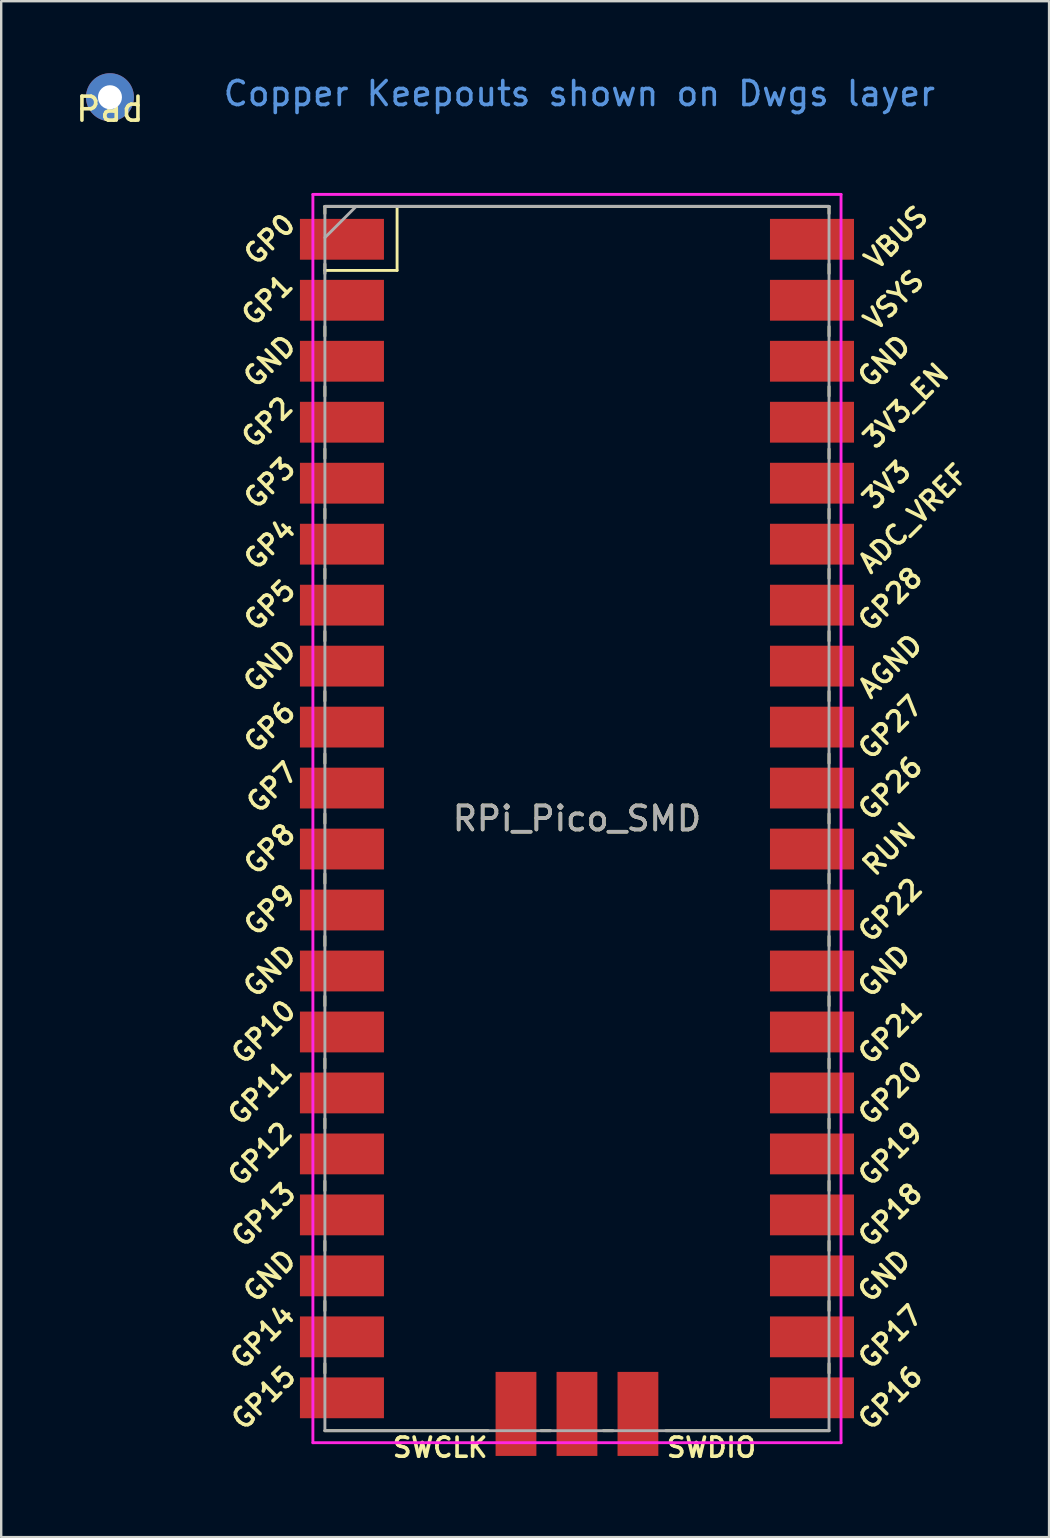
<source format=kicad_pcb>
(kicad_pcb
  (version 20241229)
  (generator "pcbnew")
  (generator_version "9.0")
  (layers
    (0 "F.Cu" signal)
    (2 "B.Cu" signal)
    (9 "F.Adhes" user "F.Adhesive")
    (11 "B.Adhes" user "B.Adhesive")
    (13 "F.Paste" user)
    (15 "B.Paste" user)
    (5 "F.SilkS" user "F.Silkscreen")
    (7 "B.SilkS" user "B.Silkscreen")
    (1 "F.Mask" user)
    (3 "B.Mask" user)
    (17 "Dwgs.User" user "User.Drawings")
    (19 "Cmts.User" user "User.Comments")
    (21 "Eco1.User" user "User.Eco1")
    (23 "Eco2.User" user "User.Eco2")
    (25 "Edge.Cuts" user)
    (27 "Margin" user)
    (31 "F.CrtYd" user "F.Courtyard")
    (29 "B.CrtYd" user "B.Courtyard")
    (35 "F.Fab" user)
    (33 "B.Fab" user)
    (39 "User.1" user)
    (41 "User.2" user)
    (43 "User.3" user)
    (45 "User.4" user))
  (footprint "RPi_Pico_SMD"
    (layer "F.Cu")
    (at 20.984 31.048)
    (property "Reference" "RPi_Pico_SMD" (at 0 0 0) (layer "F.SilkS") (effects (font (size 1 1) (thickness 0.15))))
    (attr through_hole)
    (fp_line (start -10.5 -25.5) (end -10.5 -25.2) (stroke (width 0.12) (type solid)) (layer "F.SilkS"))
    (fp_line (start -10.5 -25.5) (end 10.5 -25.5) (stroke (width 0.12) (type solid)) (layer "F.SilkS"))
    (fp_line (start -10.5 -23.1) (end -10.5 -22.7) (stroke (width 0.12) (type solid)) (layer "F.SilkS"))
    (fp_line (start -10.5 -22.833) (end -7.493 -22.833) (stroke (width 0.12) (type solid)) (layer "F.SilkS"))
    (fp_line (start -10.5 -20.5) (end -10.5 -20.1) (stroke (width 0.12) (type solid)) (layer "F.SilkS"))
    (fp_line (start -10.5 -18) (end -10.5 -17.6) (stroke (width 0.12) (type solid)) (layer "F.SilkS"))
    (fp_line (start -10.5 -15.4) (end -10.5 -15) (stroke (width 0.12) (type solid)) (layer "F.SilkS"))
    (fp_line (start -10.5 -12.9) (end -10.5 -12.5) (stroke (width 0.12) (type solid)) (layer "F.SilkS"))
    (fp_line (start -10.5 -10.4) (end -10.5 -10) (stroke (width 0.12) (type solid)) (layer "F.SilkS"))
    (fp_line (start -10.5 -7.8) (end -10.5 -7.4) (stroke (width 0.12) (type solid)) (layer "F.SilkS"))
    (fp_line (start -10.5 -5.3) (end -10.5 -4.9) (stroke (width 0.12) (type solid)) (layer "F.SilkS"))
    (fp_line (start -10.5 -2.7) (end -10.5 -2.3) (stroke (width 0.12) (type solid)) (layer "F.SilkS"))
    (fp_line (start -10.5 -0.2) (end -10.5 0.2) (stroke (width 0.12) (type solid)) (layer "F.SilkS"))
    (fp_line (start -10.5 2.3) (end -10.5 2.7) (stroke (width 0.12) (type solid)) (layer "F.SilkS"))
    (fp_line (start -10.5 4.9) (end -10.5 5.3) (stroke (width 0.12) (type solid)) (layer "F.SilkS"))
    (fp_line (start -10.5 7.4) (end -10.5 7.8) (stroke (width 0.12) (type solid)) (layer "F.SilkS"))
    (fp_line (start -10.5 10) (end -10.5 10.4) (stroke (width 0.12) (type solid)) (layer "F.SilkS"))
    (fp_line (start -10.5 12.5) (end -10.5 12.9) (stroke (width 0.12) (type solid)) (layer "F.SilkS"))
    (fp_line (start -10.5 15.1) (end -10.5 15.5) (stroke (width 0.12) (type solid)) (layer "F.SilkS"))
    (fp_line (start -10.5 17.6) (end -10.5 18) (stroke (width 0.12) (type solid)) (layer "F.SilkS"))
    (fp_line (start -10.5 20.1) (end -10.5 20.5) (stroke (width 0.12) (type solid)) (layer "F.SilkS"))
    (fp_line (start -10.5 22.7) (end -10.5 23.1) (stroke (width 0.12) (type solid)) (layer "F.SilkS"))
    (fp_line (start -7.493 -22.833) (end -7.493 -25.5) (stroke (width 0.12) (type solid)) (layer "F.SilkS"))
    (fp_line (start -3.7 25.5) (end -10.5 25.5) (stroke (width 0.12) (type solid)) (layer "F.SilkS"))
    (fp_line (start -1.5 25.5) (end -1.1 25.5) (stroke (width 0.12) (type solid)) (layer "F.SilkS"))
    (fp_line (start 1.1 25.5) (end 1.5 25.5) (stroke (width 0.12) (type solid)) (layer "F.SilkS"))
    (fp_line (start 10.5 -25.5) (end 10.5 -25.2) (stroke (width 0.12) (type solid)) (layer "F.SilkS"))
    (fp_line (start 10.5 -23.1) (end 10.5 -22.7) (stroke (width 0.12) (type solid)) (layer "F.SilkS"))
    (fp_line (start 10.5 -20.5) (end 10.5 -20.1) (stroke (width 0.12) (type solid)) (layer "F.SilkS"))
    (fp_line (start 10.5 -18) (end 10.5 -17.6) (stroke (width 0.12) (type solid)) (layer "F.SilkS"))
    (fp_line (start 10.5 -15.4) (end 10.5 -15) (stroke (width 0.12) (type solid)) (layer "F.SilkS"))
    (fp_line (start 10.5 -12.9) (end 10.5 -12.5) (stroke (width 0.12) (type solid)) (layer "F.SilkS"))
    (fp_line (start 10.5 -10.4) (end 10.5 -10) (stroke (width 0.12) (type solid)) (layer "F.SilkS"))
    (fp_line (start 10.5 -7.8) (end 10.5 -7.4) (stroke (width 0.12) (type solid)) (layer "F.SilkS"))
    (fp_line (start 10.5 -5.3) (end 10.5 -4.9) (stroke (width 0.12) (type solid)) (layer "F.SilkS"))
    (fp_line (start 10.5 -2.7) (end 10.5 -2.3) (stroke (width 0.12) (type solid)) (layer "F.SilkS"))
    (fp_line (start 10.5 -0.2) (end 10.5 0.2) (stroke (width 0.12) (type solid)) (layer "F.SilkS"))
    (fp_line (start 10.5 2.3) (end 10.5 2.7) (stroke (width 0.12) (type solid)) (layer "F.SilkS"))
    (fp_line (start 10.5 4.9) (end 10.5 5.3) (stroke (width 0.12) (type solid)) (layer "F.SilkS"))
    (fp_line (start 10.5 7.4) (end 10.5 7.8) (stroke (width 0.12) (type solid)) (layer "F.SilkS"))
    (fp_line (start 10.5 10) (end 10.5 10.4) (stroke (width 0.12) (type solid)) (layer "F.SilkS"))
    (fp_line (start 10.5 12.5) (end 10.5 12.9) (stroke (width 0.12) (type solid)) (layer "F.SilkS"))
    (fp_line (start 10.5 15.1) (end 10.5 15.5) (stroke (width 0.12) (type solid)) (layer "F.SilkS"))
    (fp_line (start 10.5 17.6) (end 10.5 18) (stroke (width 0.12) (type solid)) (layer "F.SilkS"))
    (fp_line (start 10.5 20.1) (end 10.5 20.5) (stroke (width 0.12) (type solid)) (layer "F.SilkS"))
    (fp_line (start 10.5 22.7) (end 10.5 23.1) (stroke (width 0.12) (type solid)) (layer "F.SilkS"))
    (fp_line (start 10.5 25.5) (end 3.7 25.5) (stroke (width 0.12) (type solid)) (layer "F.SilkS"))
    (fp_line (start -11 -26) (end 11 -26) (stroke (width 0.12) (type solid)) (layer "F.CrtYd"))
    (fp_line (start -11 26) (end -11 -26) (stroke (width 0.12) (type solid)) (layer "F.CrtYd"))
    (fp_line (start 11 -26) (end 11 26) (stroke (width 0.12) (type solid)) (layer "F.CrtYd"))
    (fp_line (start 11 26) (end -11 26) (stroke (width 0.12) (type solid)) (layer "F.CrtYd"))
    (fp_line (start -10.5 -25.5) (end 10.5 -25.5) (stroke (width 0.12) (type solid)) (layer "F.Fab"))
    (fp_line (start -10.5 -24.2) (end -9.2 -25.5) (stroke (width 0.12) (type solid)) (layer "F.Fab"))
    (fp_line (start -10.5 25.5) (end -10.5 -25.5) (stroke (width 0.12) (type solid)) (layer "F.Fab"))
    (fp_line (start 10.5 -25.5) (end 10.5 25.5) (stroke (width 0.12) (type solid)) (layer "F.Fab"))
    (fp_line (start 10.5 25.5) (end -10.5 25.5) (stroke (width 0.12) (type solid)) (layer "F.Fab"))
    (fp_text user "GP28" (at 13.054 -9.144 45) (layer "F.SilkS") (effects (font (size 0.8 0.8) (thickness 0.15))))
    (fp_text user "GP6" (at -12.8 -3.81 45) (layer "F.SilkS") (effects (font (size 0.8 0.8) (thickness 0.15))))
    (fp_text user "3V3_EN" (at 13.7 -17.2 45) (layer "F.SilkS") (effects (font (size 0.8 0.8) (thickness 0.15))))
    (fp_text user "GND" (at -12.8 6.35 45) (layer "F.SilkS") (effects (font (size 0.8 0.8) (thickness 0.15))))
    (fp_text user "GND" (at -12.8 -19.05 45) (layer "F.SilkS") (effects (font (size 0.8 0.8) (thickness 0.15))))
    (fp_text user "GP9" (at -12.8 3.81 45) (layer "F.SilkS") (effects (font (size 0.8 0.8) (thickness 0.15))))
    (fp_text user "GP2" (at -12.9 -16.51 45) (layer "F.SilkS") (effects (font (size 0.8 0.8) (thickness 0.15))))
    (fp_text user "GND" (at 12.8 -19.05 45) (layer "F.SilkS") (effects (font (size 0.8 0.8) (thickness 0.15))))
    (fp_text user "GP20" (at 13.054 11.43 45) (layer "F.SilkS") (effects (font (size 0.8 0.8) (thickness 0.15))))
    (fp_text user "GP22" (at 13.054 3.81 45) (layer "F.SilkS") (effects (font (size 0.8 0.8) (thickness 0.15))))
    (fp_text user "GP0" (at -12.8 -24.13 45) (layer "F.SilkS") (effects (font (size 0.8 0.8) (thickness 0.15))))
    (fp_text user "GP5" (at -12.8 -8.89 45) (layer "F.SilkS") (effects (font (size 0.8 0.8) (thickness 0.15))))
    (fp_text user "GP7" (at -12.7 -1.3 45) (layer "F.SilkS") (effects (font (size 0.8 0.8) (thickness 0.15))))
    (fp_text user "GP11" (at -13.2 11.43 45) (layer "F.SilkS") (effects (font (size 0.8 0.8) (thickness 0.15))))
    (fp_text user "GP26" (at 13.054 -1.27 45) (layer "F.SilkS") (effects (font (size 0.8 0.8) (thickness 0.15))))
    (fp_text user "GP27" (at 13.054 -3.8 45) (layer "F.SilkS") (effects (font (size 0.8 0.8) (thickness 0.15))))
    (fp_text user "3V3" (at 12.9 -13.9 45) (layer "F.SilkS") (effects (font (size 0.8 0.8) (thickness 0.15))))
    (fp_text user "GND" (at 12.8 19.05 45) (layer "F.SilkS") (effects (font (size 0.8 0.8) (thickness 0.15))))
    (fp_text user "GP21" (at 13.054 8.9 45) (layer "F.SilkS") (effects (font (size 0.8 0.8) (thickness 0.15))))
    (fp_text user "GP8" (at -12.8 1.27 45) (layer "F.SilkS") (effects (font (size 0.8 0.8) (thickness 0.15))))
    (fp_text user "GP12" (at -13.2 13.97 45) (layer "F.SilkS") (effects (font (size 0.8 0.8) (thickness 0.15))))
    (fp_text user "RUN" (at 13 1.27 45) (layer "F.SilkS") (effects (font (size 0.8 0.8) (thickness 0.15))))
    (fp_text user "GND" (at -12.8 -6.35 45) (layer "F.SilkS") (effects (font (size 0.8 0.8) (thickness 0.15))))
    (fp_text user "GP10" (at -13.054 8.89 45) (layer "F.SilkS") (effects (font (size 0.8 0.8) (thickness 0.15))))
    (fp_text user "VBUS" (at 13.3 -24.2 45) (layer "F.SilkS") (effects (font (size 0.8 0.8) (thickness 0.15))))
    (fp_text user "GP16" (at 13.054 24.13 45) (layer "F.SilkS") (effects (font (size 0.8 0.8) (thickness 0.15))))
    (fp_text user "GND" (at 12.8 6.35 45) (layer "F.SilkS") (effects (font (size 0.8 0.8) (thickness 0.15))))
    (fp_text user "GP3" (at -12.8 -13.97 45) (layer "F.SilkS") (effects (font (size 0.8 0.8) (thickness 0.15))))
    (fp_text user "GP15" (at -13.054 24.13 45) (layer "F.SilkS") (effects (font (size 0.8 0.8) (thickness 0.15))))
    (fp_text user "VSYS" (at 13.2 -21.59 45) (layer "F.SilkS") (effects (font (size 0.8 0.8) (thickness 0.15))))
    (fp_text user "AGND" (at 13.054 -6.35 45) (layer "F.SilkS") (effects (font (size 0.8 0.8) (thickness 0.15))))
    (fp_text user "GP14" (at -13.1 21.59 45) (layer "F.SilkS") (effects (font (size 0.8 0.8) (thickness 0.15))))
    (fp_text user "GP18" (at 13.054 16.51 45) (layer "F.SilkS") (effects (font (size 0.8 0.8) (thickness 0.15))))
    (fp_text user "GP1" (at -12.9 -21.6 45) (layer "F.SilkS") (effects (font (size 0.8 0.8) (thickness 0.15))))
    (fp_text user "GP13" (at -13.054 16.51 45) (layer "F.SilkS") (effects (font (size 0.8 0.8) (thickness 0.15))))
    (fp_text user "SWCLK" (at -5.7 26.2 0) (layer "F.SilkS") (effects (font (size 0.8 0.8) (thickness 0.15))))
    (fp_text user "ADC_VREF" (at 14 -12.5 45) (layer "F.SilkS") (effects (font (size 0.8 0.8) (thickness 0.15))))
    (fp_text user "GP17" (at 13.054 21.59 45) (layer "F.SilkS") (effects (font (size 0.8 0.8) (thickness 0.15))))
    (fp_text user "GP4" (at -12.8 -11.43 45) (layer "F.SilkS") (effects (font (size 0.8 0.8) (thickness 0.15))))
    (fp_text user "GND" (at -12.8 19.05 45) (layer "F.SilkS") (effects (font (size 0.8 0.8) (thickness 0.15))))
    (fp_text user "SWDIO" (at 5.6 26.2 0) (layer "F.SilkS") (effects (font (size 0.8 0.8) (thickness 0.15))))
    (fp_text user "GP19" (at 13.054 13.97 45) (layer "F.SilkS") (effects (font (size 0.8 0.8) (thickness 0.15))))
    (fp_text user "Copper Keepouts shown on Dwgs layer" (at 0.1 -30.2 0) (layer "Cmts.User") (effects (font (size 1 1) (thickness 0.15))))
    (fp_text user "${REFERENCE}" (at 0 0 180) (layer "F.Fab") (effects (font (size 1 1) (thickness 0.15))))
    (pad "1" smd rect (at -8.89 -24.13) (size 3.5 1.7) (drill (offset -0.9 0)) (layers "F.Cu" "F.Mask"))
    (pad "2" smd rect (at -8.89 -21.59) (size 3.5 1.7) (drill (offset -0.9 0)) (layers "F.Cu" "F.Mask"))
    (pad "3" smd rect (at -8.89 -19.05) (size 3.5 1.7) (drill (offset -0.9 0)) (layers "F.Cu" "F.Mask"))
    (pad "4" smd rect (at -8.89 -16.51) (size 3.5 1.7) (drill (offset -0.9 0)) (layers "F.Cu" "F.Mask"))
    (pad "5" smd rect (at -8.89 -13.97) (size 3.5 1.7) (drill (offset -0.9 0)) (layers "F.Cu" "F.Mask"))
    (pad "6" smd rect (at -8.89 -11.43) (size 3.5 1.7) (drill (offset -0.9 0)) (layers "F.Cu" "F.Mask"))
    (pad "7" smd rect (at -8.89 -8.89) (size 3.5 1.7) (drill (offset -0.9 0)) (layers "F.Cu" "F.Mask"))
    (pad "8" smd rect (at -8.89 -6.35) (size 3.5 1.7) (drill (offset -0.9 0)) (layers "F.Cu" "F.Mask"))
    (pad "9" smd rect (at -8.89 -3.81) (size 3.5 1.7) (drill (offset -0.9 0)) (layers "F.Cu" "F.Mask"))
    (pad "10" smd rect (at -8.89 -1.27) (size 3.5 1.7) (drill (offset -0.9 0)) (layers "F.Cu" "F.Mask"))
    (pad "11" smd rect (at -8.89 1.27) (size 3.5 1.7) (drill (offset -0.9 0)) (layers "F.Cu" "F.Mask"))
    (pad "12" smd rect (at -8.89 3.81) (size 3.5 1.7) (drill (offset -0.9 0)) (layers "F.Cu" "F.Mask"))
    (pad "13" smd rect (at -8.89 6.35) (size 3.5 1.7) (drill (offset -0.9 0)) (layers "F.Cu" "F.Mask"))
    (pad "14" smd rect (at -8.89 8.89) (size 3.5 1.7) (drill (offset -0.9 0)) (layers "F.Cu" "F.Mask"))
    (pad "15" smd rect (at -8.89 11.43) (size 3.5 1.7) (drill (offset -0.9 0)) (layers "F.Cu" "F.Mask"))
    (pad "16" smd rect (at -8.89 13.97) (size 3.5 1.7) (drill (offset -0.9 0)) (layers "F.Cu" "F.Mask"))
    (pad "17" smd rect (at -8.89 16.51) (size 3.5 1.7) (drill (offset -0.9 0)) (layers "F.Cu" "F.Mask"))
    (pad "18" smd rect (at -8.89 19.05) (size 3.5 1.7) (drill (offset -0.9 0)) (layers "F.Cu" "F.Mask"))
    (pad "19" smd rect (at -8.89 21.59) (size 3.5 1.7) (drill (offset -0.9 0)) (layers "F.Cu" "F.Mask"))
    (pad "20" smd rect (at -8.89 24.13) (size 3.5 1.7) (drill (offset -0.9 0)) (layers "F.Cu" "F.Mask"))
    (pad "21" smd rect (at 8.89 24.13) (size 3.5 1.7) (drill (offset 0.9 0)) (layers "F.Cu" "F.Mask"))
    (pad "22" smd rect (at 8.89 21.59) (size 3.5 1.7) (drill (offset 0.9 0)) (layers "F.Cu" "F.Mask"))
    (pad "23" smd rect (at 8.89 19.05) (size 3.5 1.7) (drill (offset 0.9 0)) (layers "F.Cu" "F.Mask"))
    (pad "24" smd rect (at 8.89 16.51) (size 3.5 1.7) (drill (offset 0.9 0)) (layers "F.Cu" "F.Mask"))
    (pad "25" smd rect (at 8.89 13.97) (size 3.5 1.7) (drill (offset 0.9 0)) (layers "F.Cu" "F.Mask"))
    (pad "26" smd rect (at 8.89 11.43) (size 3.5 1.7) (drill (offset 0.9 0)) (layers "F.Cu" "F.Mask"))
    (pad "27" smd rect (at 8.89 8.89) (size 3.5 1.7) (drill (offset 0.9 0)) (layers "F.Cu" "F.Mask"))
    (pad "28" smd rect (at 8.89 6.35) (size 3.5 1.7) (drill (offset 0.9 0)) (layers "F.Cu" "F.Mask"))
    (pad "29" smd rect (at 8.89 3.81) (size 3.5 1.7) (drill (offset 0.9 0)) (layers "F.Cu" "F.Mask"))
    (pad "30" smd rect (at 8.89 1.27) (size 3.5 1.7) (drill (offset 0.9 0)) (layers "F.Cu" "F.Mask"))
    (pad "31" smd rect (at 8.89 -1.27) (size 3.5 1.7) (drill (offset 0.9 0)) (layers "F.Cu" "F.Mask"))
    (pad "32" smd rect (at 8.89 -3.81) (size 3.5 1.7) (drill (offset 0.9 0)) (layers "F.Cu" "F.Mask"))
    (pad "33" smd rect (at 8.89 -6.35) (size 3.5 1.7) (drill (offset 0.9 0)) (layers "F.Cu" "F.Mask"))
    (pad "34" smd rect (at 8.89 -8.89) (size 3.5 1.7) (drill (offset 0.9 0)) (layers "F.Cu" "F.Mask"))
    (pad "35" smd rect (at 8.89 -11.43) (size 3.5 1.7) (drill (offset 0.9 0)) (layers "F.Cu" "F.Mask"))
    (pad "36" smd rect (at 8.89 -13.97) (size 3.5 1.7) (drill (offset 0.9 0)) (layers "F.Cu" "F.Mask"))
    (pad "37" smd rect (at 8.89 -16.51) (size 3.5 1.7) (drill (offset 0.9 0)) (layers "F.Cu" "F.Mask"))
    (pad "38" smd rect (at 8.89 -19.05) (size 3.5 1.7) (drill (offset 0.9 0)) (layers "F.Cu" "F.Mask"))
    (pad "39" smd rect (at 8.89 -21.59) (size 3.5 1.7) (drill (offset 0.9 0)) (layers "F.Cu" "F.Mask"))
    (pad "40" smd rect (at 8.89 -24.13) (size 3.5 1.7) (drill (offset 0.9 0)) (layers "F.Cu" "F.Mask"))
    (pad "41" smd rect (at -2.54 23.9 90) (size 3.5 1.7) (drill (offset -0.9 0)) (layers "F.Cu" "F.Mask"))
    (pad "42" smd rect (at 0 23.9 90) (size 3.5 1.7) (drill (offset -0.9 0)) (layers "F.Cu" "F.Mask"))
    (pad "43" smd rect (at 2.54 23.9 90) (size 3.5 1.7) (drill (offset -0.9 0)) (layers "F.Cu" "F.Mask")))
  (footprint "Pad"
    (layer "F.Cu")
    (at 1.53 1)
    (property "Reference" "Pad" (at 0 0.5 0) (layer "F.SilkS") (effects (font (size 1 1) (thickness 0.15))))
    (attr through_hole)
    (pad "1" thru_hole circle (at 0 0) (size 2 2) (drill 1) (layers "*.Cu" "*.Mask")))
  (gr_rect
    (start -3 -3)
    (end 40.65 60.98)
    (stroke (width 0.1) (type default))
    (fill no)
    (layer "Edge.Cuts")))
</source>
